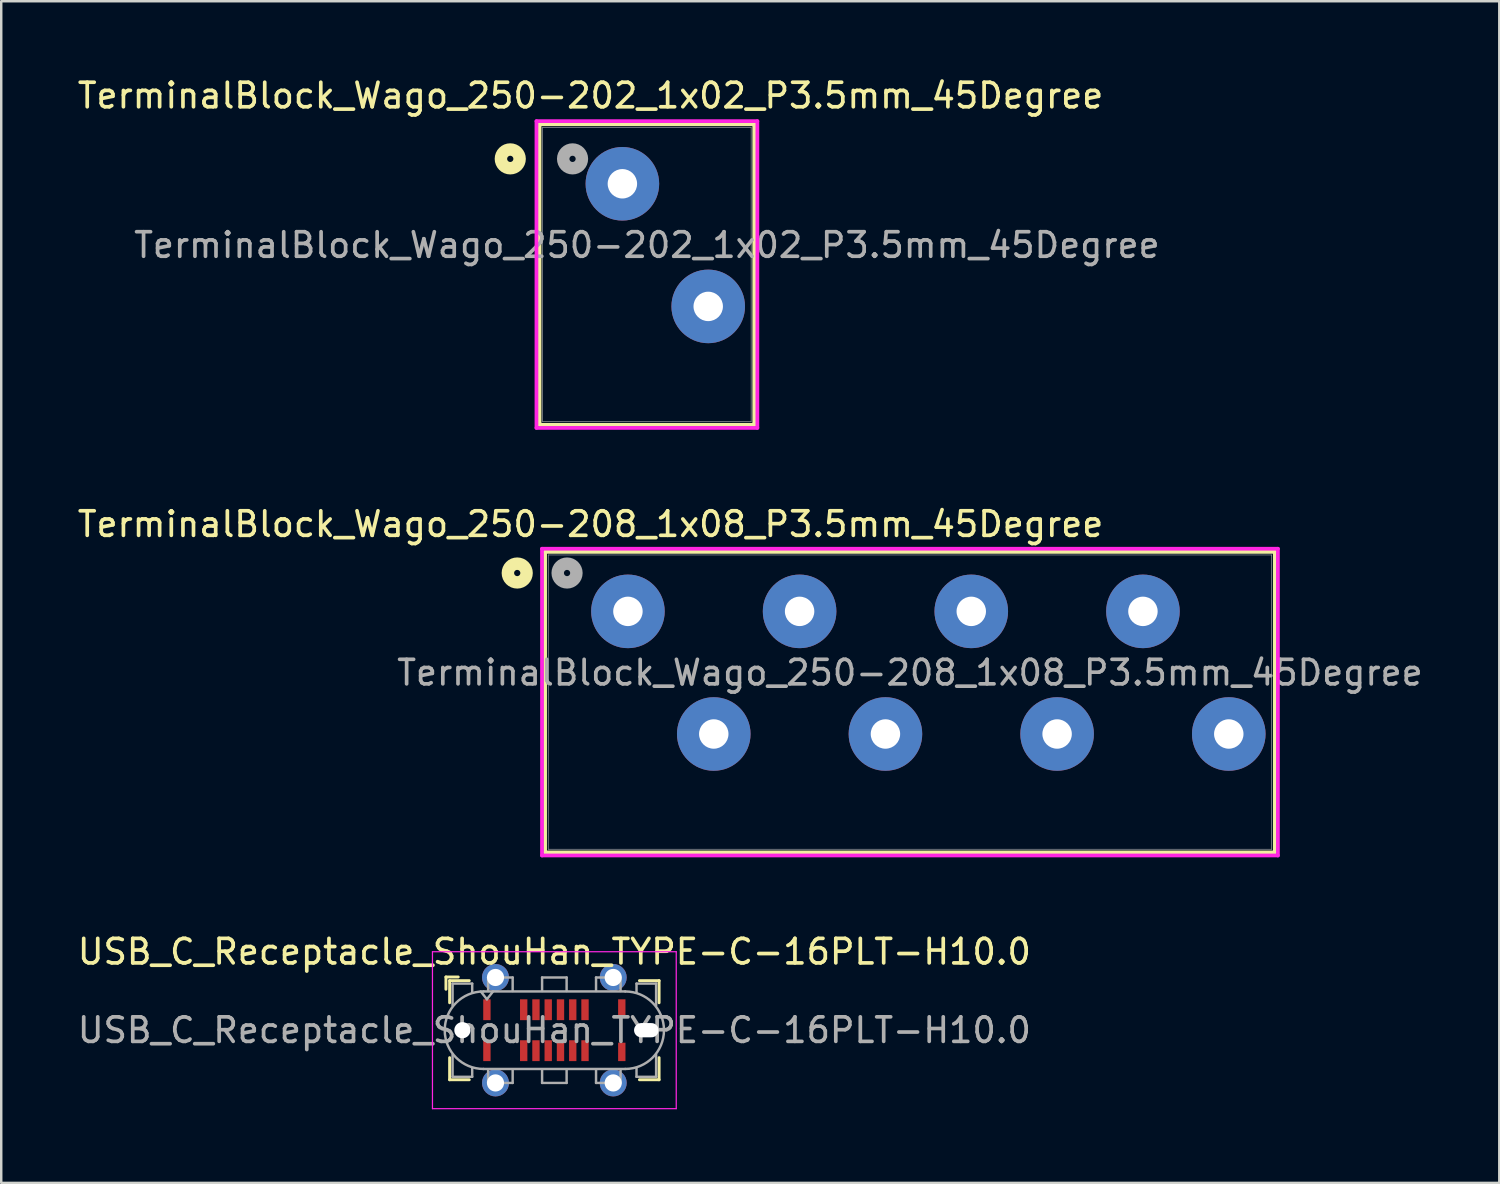
<source format=kicad_pcb>
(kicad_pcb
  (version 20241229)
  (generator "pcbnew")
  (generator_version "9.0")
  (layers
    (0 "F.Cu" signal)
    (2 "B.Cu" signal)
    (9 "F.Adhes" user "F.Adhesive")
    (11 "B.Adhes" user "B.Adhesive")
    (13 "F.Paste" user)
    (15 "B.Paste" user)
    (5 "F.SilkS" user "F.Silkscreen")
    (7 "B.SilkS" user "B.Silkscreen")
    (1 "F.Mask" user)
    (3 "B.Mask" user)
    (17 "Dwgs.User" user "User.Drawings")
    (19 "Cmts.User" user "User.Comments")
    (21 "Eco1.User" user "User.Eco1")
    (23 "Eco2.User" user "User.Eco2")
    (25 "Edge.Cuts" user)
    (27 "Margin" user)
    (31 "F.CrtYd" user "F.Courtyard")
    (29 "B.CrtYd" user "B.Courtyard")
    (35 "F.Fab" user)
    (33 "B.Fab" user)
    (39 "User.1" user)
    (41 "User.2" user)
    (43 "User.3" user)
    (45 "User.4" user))
  (footprint "TerminalBlock_Wago_250-202_1x02_P3.5mm_45Degree"
    (layer "F.Cu")
    (at 24.078 6.944)
    (property "Reference" "TerminalBlock_Wago_250-202_1x02_P3.5mm_45Degree" (at -3.048 -6.096 0) (unlocked yes) (layer "F.SilkS") (effects (font (size 1 1) (thickness 0.15))))
    (attr through_hole)
    (fp_line (start -5.127 -4.927) (end -5.127 7.327) (stroke (width 0.152) (type solid)) (layer "F.SilkS"))
    (fp_line (start -5.127 7.327) (end 3.627 7.327) (stroke (width 0.152) (type solid)) (layer "F.SilkS"))
    (fp_line (start 3.627 -4.927) (end -5.127 -4.927) (stroke (width 0.152) (type solid)) (layer "F.SilkS"))
    (fp_line (start 3.627 7.327) (end 3.627 -4.927) (stroke (width 0.152) (type solid)) (layer "F.SilkS"))
    (fp_circle (center -6.322 -3.516) (end -5.941 -3.516) (stroke (width 0.508) (type solid)) (fill no) (layer "F.SilkS"))
    (fp_line (start -5.254 -5.054) (end -5.254 7.454) (stroke (width 0.152) (type solid)) (layer "F.CrtYd"))
    (fp_line (start -5.254 7.454) (end 3.754 7.454) (stroke (width 0.152) (type solid)) (layer "F.CrtYd"))
    (fp_line (start 3.754 -5.054) (end -5.254 -5.054) (stroke (width 0.152) (type solid)) (layer "F.CrtYd"))
    (fp_line (start 3.754 7.454) (end 3.754 -5.054) (stroke (width 0.152) (type solid)) (layer "F.CrtYd"))
    (fp_line (start -5 -4.8) (end -5 7.2) (stroke (width 0.025) (type solid)) (layer "F.Fab"))
    (fp_line (start -5 7.2) (end 3.5 7.2) (stroke (width 0.025) (type solid)) (layer "F.Fab"))
    (fp_line (start 3.5 -4.8) (end -5 -4.8) (stroke (width 0.025) (type solid)) (layer "F.Fab"))
    (fp_line (start 3.5 7.2) (end 3.5 -4.8) (stroke (width 0.025) (type solid)) (layer "F.Fab"))
    (fp_circle (center -3.782 -3.516) (end -3.401 -3.516) (stroke (width 0.508) (type solid)) (fill no) (layer "F.Fab"))
    (fp_text user "${REFERENCE}" (at -0.75 0 0) (unlocked yes) (layer "F.Fab") (effects (font (size 1 1) (thickness 0.15))))
    (pad "1" thru_hole circle (at -1.75 -2.5) (size 3 3) (drill 1.2) (layers "*.Cu" "*.Mask"))
    (pad "2" thru_hole circle (at 1.75 2.5) (size 3 3) (drill 1.2) (layers "*.Cu" "*.Mask")))
  (footprint "USB_C_Receptacle_ShouHan_TYPE-C-16PLT-H10.0"
    (layer "F.Cu")
    (at 19.554 38.957)
    (property "Reference" "USB_C_Receptacle_ShouHan_TYPE-C-16PLT-H10.0" (at 0 -3.2 0) (layer "F.SilkS") (effects (font (size 1 1) (thickness 0.15))))
    (attr smd)
    (fp_line (start -4.42 -2.17) (end -4.42 -1.67) (stroke (width 0.12) (type solid)) (layer "F.SilkS"))
    (fp_line (start -4.42 -2.17) (end -3.92 -2.17) (stroke (width 0.12) (type solid)) (layer "F.SilkS"))
    (fp_line (start -4.27 -2.02) (end -4.27 -1.12) (stroke (width 0.12) (type solid)) (layer "F.SilkS"))
    (fp_line (start -4.27 -2.02) (end -3.47 -2.02) (stroke (width 0.12) (type solid)) (layer "F.SilkS"))
    (fp_line (start -4.27 2.02) (end -4.27 1.12) (stroke (width 0.12) (type solid)) (layer "F.SilkS"))
    (fp_line (start -4.27 2.02) (end -3.47 2.02) (stroke (width 0.12) (type solid)) (layer "F.SilkS"))
    (fp_line (start 4.27 -2.02) (end 3.47 -2.02) (stroke (width 0.12) (type solid)) (layer "F.SilkS"))
    (fp_line (start 4.27 -2.02) (end 4.27 -1.12) (stroke (width 0.12) (type solid)) (layer "F.SilkS"))
    (fp_line (start 4.27 2.02) (end 3.47 2.02) (stroke (width 0.12) (type solid)) (layer "F.SilkS"))
    (fp_line (start 4.27 2.02) (end 4.27 1.12) (stroke (width 0.12) (type solid)) (layer "F.SilkS"))
    (fp_line (start -4.97 -3.2) (end -4.97 3.2) (stroke (width 0.05) (type solid)) (layer "F.CrtYd"))
    (fp_line (start -4.97 3.2) (end 4.97 3.2) (stroke (width 0.05) (type solid)) (layer "F.CrtYd"))
    (fp_line (start 4.97 -3.2) (end -4.97 -3.2) (stroke (width 0.05) (type solid)) (layer "F.CrtYd"))
    (fp_line (start 4.97 3.2) (end 4.97 -3.2) (stroke (width 0.05) (type solid)) (layer "F.CrtYd"))
    (fp_line (start -4.15 -1.9) (end -4.15 -1) (stroke (width 0.1) (type solid)) (layer "F.Fab"))
    (fp_line (start -4.15 -1.9) (end -3.35 -1.9) (stroke (width 0.1) (type solid)) (layer "F.Fab"))
    (fp_line (start -4.15 1.9) (end -4.15 1) (stroke (width 0.1) (type solid)) (layer "F.Fab"))
    (fp_line (start -4.15 1.9) (end -3.35 1.9) (stroke (width 0.1) (type solid)) (layer "F.Fab"))
    (fp_line (start -3.35 -1.9) (end -3.35 -1.55) (stroke (width 0.1) (type solid)) (layer "F.Fab"))
    (fp_line (start -3.35 1.9) (end -3.35 1.55) (stroke (width 0.1) (type solid)) (layer "F.Fab"))
    (fp_line (start -2.89 1.58) (end 2.89 1.58) (stroke (width 0.1) (type solid)) (layer "F.Fab"))
    (fp_line (start -2.75 -1.26) (end -3 -1.58) (stroke (width 0.1) (type solid)) (layer "F.Fab"))
    (fp_line (start -2.7 -2.15) (end -1.7 -2.15) (stroke (width 0.1) (type solid)) (layer "F.Fab"))
    (fp_line (start -2.7 -1.6) (end -2.7 -2.15) (stroke (width 0.1) (type solid)) (layer "F.Fab"))
    (fp_line (start -2.7 1.6) (end -2.7 2.15) (stroke (width 0.1) (type solid)) (layer "F.Fab"))
    (fp_line (start -2.7 2.15) (end -1.7 2.15) (stroke (width 0.1) (type solid)) (layer "F.Fab"))
    (fp_line (start -2.5 -1.58) (end -2.75 -1.26) (stroke (width 0.1) (type solid)) (layer "F.Fab"))
    (fp_line (start -1.7 -2.15) (end -1.7 -1.6) (stroke (width 0.1) (type solid)) (layer "F.Fab"))
    (fp_line (start -1.7 2.15) (end -1.7 1.6) (stroke (width 0.1) (type solid)) (layer "F.Fab"))
    (fp_line (start -0.5 -2.15) (end 0.5 -2.15) (stroke (width 0.1) (type solid)) (layer "F.Fab"))
    (fp_line (start -0.5 -1.6) (end -0.5 -2.15) (stroke (width 0.1) (type solid)) (layer "F.Fab"))
    (fp_line (start -0.5 2.15) (end -0.5 1.6) (stroke (width 0.1) (type solid)) (layer "F.Fab"))
    (fp_line (start 0.5 -2.15) (end 0.5 -1.6) (stroke (width 0.1) (type solid)) (layer "F.Fab"))
    (fp_line (start 0.5 1.6) (end 0.5 2.15) (stroke (width 0.1) (type solid)) (layer "F.Fab"))
    (fp_line (start 0.5 2.15) (end -0.5 2.15) (stroke (width 0.1) (type solid)) (layer "F.Fab"))
    (fp_line (start 1.7 -2.15) (end 1.7 -1.6) (stroke (width 0.1) (type solid)) (layer "F.Fab"))
    (fp_line (start 1.7 2.15) (end 1.7 1.6) (stroke (width 0.1) (type solid)) (layer "F.Fab"))
    (fp_line (start 2.7 -2.15) (end 1.7 -2.15) (stroke (width 0.1) (type solid)) (layer "F.Fab"))
    (fp_line (start 2.7 -1.6) (end 2.7 -2.15) (stroke (width 0.1) (type solid)) (layer "F.Fab"))
    (fp_line (start 2.7 1.6) (end 2.7 2.15) (stroke (width 0.1) (type solid)) (layer "F.Fab"))
    (fp_line (start 2.7 2.15) (end 1.7 2.15) (stroke (width 0.1) (type solid)) (layer "F.Fab"))
    (fp_line (start 2.89 -1.58) (end -2.89 -1.58) (stroke (width 0.1) (type solid)) (layer "F.Fab"))
    (fp_line (start 3.35 -1.9) (end 3.35 -1.55) (stroke (width 0.1) (type solid)) (layer "F.Fab"))
    (fp_line (start 3.35 1.9) (end 3.35 1.55) (stroke (width 0.1) (type solid)) (layer "F.Fab"))
    (fp_line (start 4.15 -1.9) (end 3.35 -1.9) (stroke (width 0.1) (type solid)) (layer "F.Fab"))
    (fp_line (start 4.15 -1.9) (end 4.15 -1) (stroke (width 0.1) (type solid)) (layer "F.Fab"))
    (fp_line (start 4.15 1.9) (end 3.35 1.9) (stroke (width 0.1) (type solid)) (layer "F.Fab"))
    (fp_line (start 4.15 1.9) (end 4.15 1) (stroke (width 0.1) (type solid)) (layer "F.Fab"))
    (fp_arc (start -2.89 1.58) (mid -4.47 0) (end -2.89 -1.58) (stroke (width 0.1) (type solid)) (layer "F.Fab"))
    (fp_arc (start 2.89 -1.58) (mid 4.47 0) (end 2.89 1.58) (stroke (width 0.1) (type solid)) (layer "F.Fab"))
    (fp_text user "${REFERENCE}" (at 0 0 0) (unlocked yes) (layer "F.Fab") (effects (font (size 1 1) (thickness 0.15))))
    (pad "" np_thru_hole circle (at -3.75 0) (size 0.66 0.66) (drill 0.66) (layers "*.Cu" "*.Mask"))
    (pad "" np_thru_hole oval (at 3.75 0) (size 1 0.58) (drill oval 1 0.58) (layers "*.Cu" "*.Mask"))
    (pad "A1" smd rect (at -2.75 -0.835) (size 0.3 0.85) (layers "F.Cu" "F.Mask" "F.Paste"))
    (pad "A4" smd rect (at -1.25 -0.835) (size 0.3 0.85) (layers "F.Cu" "F.Mask" "F.Paste"))
    (pad "A5" smd rect (at -0.75 -0.835) (size 0.3 0.85) (layers "F.Cu" "F.Mask" "F.Paste"))
    (pad "A6" smd rect (at -0.25 -0.835) (size 0.3 0.85) (layers "F.Cu" "F.Mask" "F.Paste"))
    (pad "A7" smd rect (at 0.25 -0.835) (size 0.3 0.85) (layers "F.Cu" "F.Mask" "F.Paste"))
    (pad "A8" smd rect (at 0.75 -0.835) (size 0.3 0.85) (layers "F.Cu" "F.Mask" "F.Paste"))
    (pad "A9" smd rect (at 1.25 -0.835) (size 0.3 0.85) (layers "F.Cu" "F.Mask" "F.Paste"))
    (pad "A12" smd rect (at 2.75 -0.885) (size 0.3 0.75) (layers "F.Cu" "F.Mask" "F.Paste"))
    (pad "B1" smd rect (at 2.75 0.885) (size 0.3 0.75) (layers "F.Cu" "F.Mask" "F.Paste"))
    (pad "B4" smd rect (at 1.25 0.835) (size 0.3 0.85) (layers "F.Cu" "F.Mask" "F.Paste"))
    (pad "B5" smd rect (at 0.75 0.835) (size 0.3 0.85) (layers "F.Cu" "F.Mask" "F.Paste"))
    (pad "B6" smd rect (at 0.25 0.835) (size 0.3 0.85) (layers "F.Cu" "F.Mask" "F.Paste"))
    (pad "B7" smd rect (at -0.25 0.835) (size 0.3 0.85) (layers "F.Cu" "F.Mask" "F.Paste"))
    (pad "B8" smd rect (at -0.75 0.835) (size 0.3 0.85) (layers "F.Cu" "F.Mask" "F.Paste"))
    (pad "B9" smd rect (at -1.25 0.835) (size 0.3 0.85) (layers "F.Cu" "F.Mask" "F.Paste"))
    (pad "B12" smd rect (at -2.75 0.835) (size 0.3 0.85) (layers "F.Cu" "F.Mask" "F.Paste"))
    (pad "S1" thru_hole circle (at -2.4 -2.15) (size 1.1 1.1) (drill 0.7) (property pad_prop_heatsink) (layers "*.Cu" "*.Mask" "F.Paste"))
    (pad "S1" thru_hole circle (at -2.4 2.15) (size 1.1 1.1) (drill 0.7) (property pad_prop_heatsink) (layers "*.Cu" "*.Mask" "F.Paste"))
    (pad "S1" thru_hole circle (at 2.4 -2.15) (size 1.1 1.1) (drill 0.7) (property pad_prop_heatsink) (layers "*.Cu" "*.Mask" "F.Paste"))
    (pad "S1" thru_hole circle (at 2.4 2.15) (size 1.1 1.1) (drill 0.7) (property pad_prop_heatsink) (layers "*.Cu" "*.Mask" "F.Paste"))
    (zone (net_name "") (layer "F.Cu") (name "peg") (hatch full 0.508) (connect_pads) (min_thickness 0.254) (filled_areas_thickness no) (keepout (tracks allowed) (vias allowed) (pads not_allowed) (copperpour not_allowed) (footprints not_allowed)) (placement (enabled no)) (fill) (polygon (pts (xy 20.354 37.157) (xy 18.754 37.157) (xy 18.754 36.457) (xy 20.354 36.457))))
    (zone (net_name "") (layer "F.Cu") (name "peg") (hatch full 0.508) (connect_pads) (min_thickness 0.254) (filled_areas_thickness no) (keepout (tracks allowed) (vias allowed) (pads not_allowed) (copperpour not_allowed) (footprints not_allowed)) (placement (enabled no)) (fill) (polygon (pts (xy 20.354 41.457) (xy 18.754 41.457) (xy 18.754 40.757) (xy 20.354 40.757)))))
  (footprint "TerminalBlock_Wago_250-208_1x08_P3.5mm_45Degree"
    (layer "F.Cu")
    (at 34.804 24.379)
    (property "Reference" "TerminalBlock_Wago_250-208_1x08_P3.5mm_45Degree" (at -13.774 -6.056 0) (unlocked yes) (layer "F.SilkS") (effects (font (size 1 1) (thickness 0.15))))
    (attr through_hole)
    (fp_line (start -15.627 -4.927) (end -15.627 7.327) (stroke (width 0.152) (type solid)) (layer "F.SilkS"))
    (fp_line (start -15.627 7.327) (end 14.127 7.327) (stroke (width 0.152) (type solid)) (layer "F.SilkS"))
    (fp_line (start 14.127 -4.927) (end -15.627 -4.927) (stroke (width 0.152) (type solid)) (layer "F.SilkS"))
    (fp_line (start 14.127 7.327) (end 14.127 -4.927) (stroke (width 0.152) (type solid)) (layer "F.SilkS"))
    (fp_circle (center -16.764 -4.064) (end -16.383 -4.064) (stroke (width 0.508) (type solid)) (fill no) (layer "F.SilkS"))
    (fp_line (start -15.754 -5.054) (end -15.754 7.454) (stroke (width 0.152) (type solid)) (layer "F.CrtYd"))
    (fp_line (start -15.754 7.454) (end 14.254 7.454) (stroke (width 0.152) (type solid)) (layer "F.CrtYd"))
    (fp_line (start 14.254 -5.054) (end -15.754 -5.054) (stroke (width 0.152) (type solid)) (layer "F.CrtYd"))
    (fp_line (start 14.254 7.454) (end 14.254 -5.054) (stroke (width 0.152) (type solid)) (layer "F.CrtYd"))
    (fp_line (start -15.5 -4.8) (end -15.5 7.2) (stroke (width 0.025) (type solid)) (layer "F.Fab"))
    (fp_line (start -15.5 7.2) (end 14 7.2) (stroke (width 0.025) (type solid)) (layer "F.Fab"))
    (fp_line (start 14 -4.8) (end -15.5 -4.8) (stroke (width 0.025) (type solid)) (layer "F.Fab"))
    (fp_line (start 14 7.2) (end 14 -4.8) (stroke (width 0.025) (type solid)) (layer "F.Fab"))
    (fp_circle (center -14.732 -4.064) (end -14.351 -4.064) (stroke (width 0.508) (type solid)) (fill no) (layer "F.Fab"))
    (fp_text user "${REFERENCE}" (at -0.75 0 0) (unlocked yes) (layer "F.Fab") (effects (font (size 1 1) (thickness 0.15))))
    (pad "1" thru_hole circle (at -12.25 -2.5) (size 3 3) (drill 1.2) (layers "*.Cu" "*.Mask"))
    (pad "2" thru_hole circle (at -8.75 2.5) (size 3 3) (drill 1.2) (layers "*.Cu" "*.Mask"))
    (pad "3" thru_hole circle (at -5.25 -2.5) (size 3 3) (drill 1.2) (layers "*.Cu" "*.Mask"))
    (pad "4" thru_hole circle (at -1.75 2.5) (size 3 3) (drill 1.2) (layers "*.Cu" "*.Mask"))
    (pad "5" thru_hole circle (at 1.75 -2.5) (size 3 3) (drill 1.2) (layers "*.Cu" "*.Mask"))
    (pad "6" thru_hole circle (at 5.25 2.5) (size 3 3) (drill 1.2) (layers "*.Cu" "*.Mask"))
    (pad "7" thru_hole circle (at 8.75 -2.5) (size 3 3) (drill 1.2) (layers "*.Cu" "*.Mask"))
    (pad "8" thru_hole circle (at 12.25 2.5) (size 3 3) (drill 1.2) (layers "*.Cu" "*.Mask")))
  (gr_rect
    (start -3 -3)
    (end 58.084 45.182)
    (stroke (width 0.1) (type default))
    (fill no)
    (layer "Edge.Cuts")))
</source>
